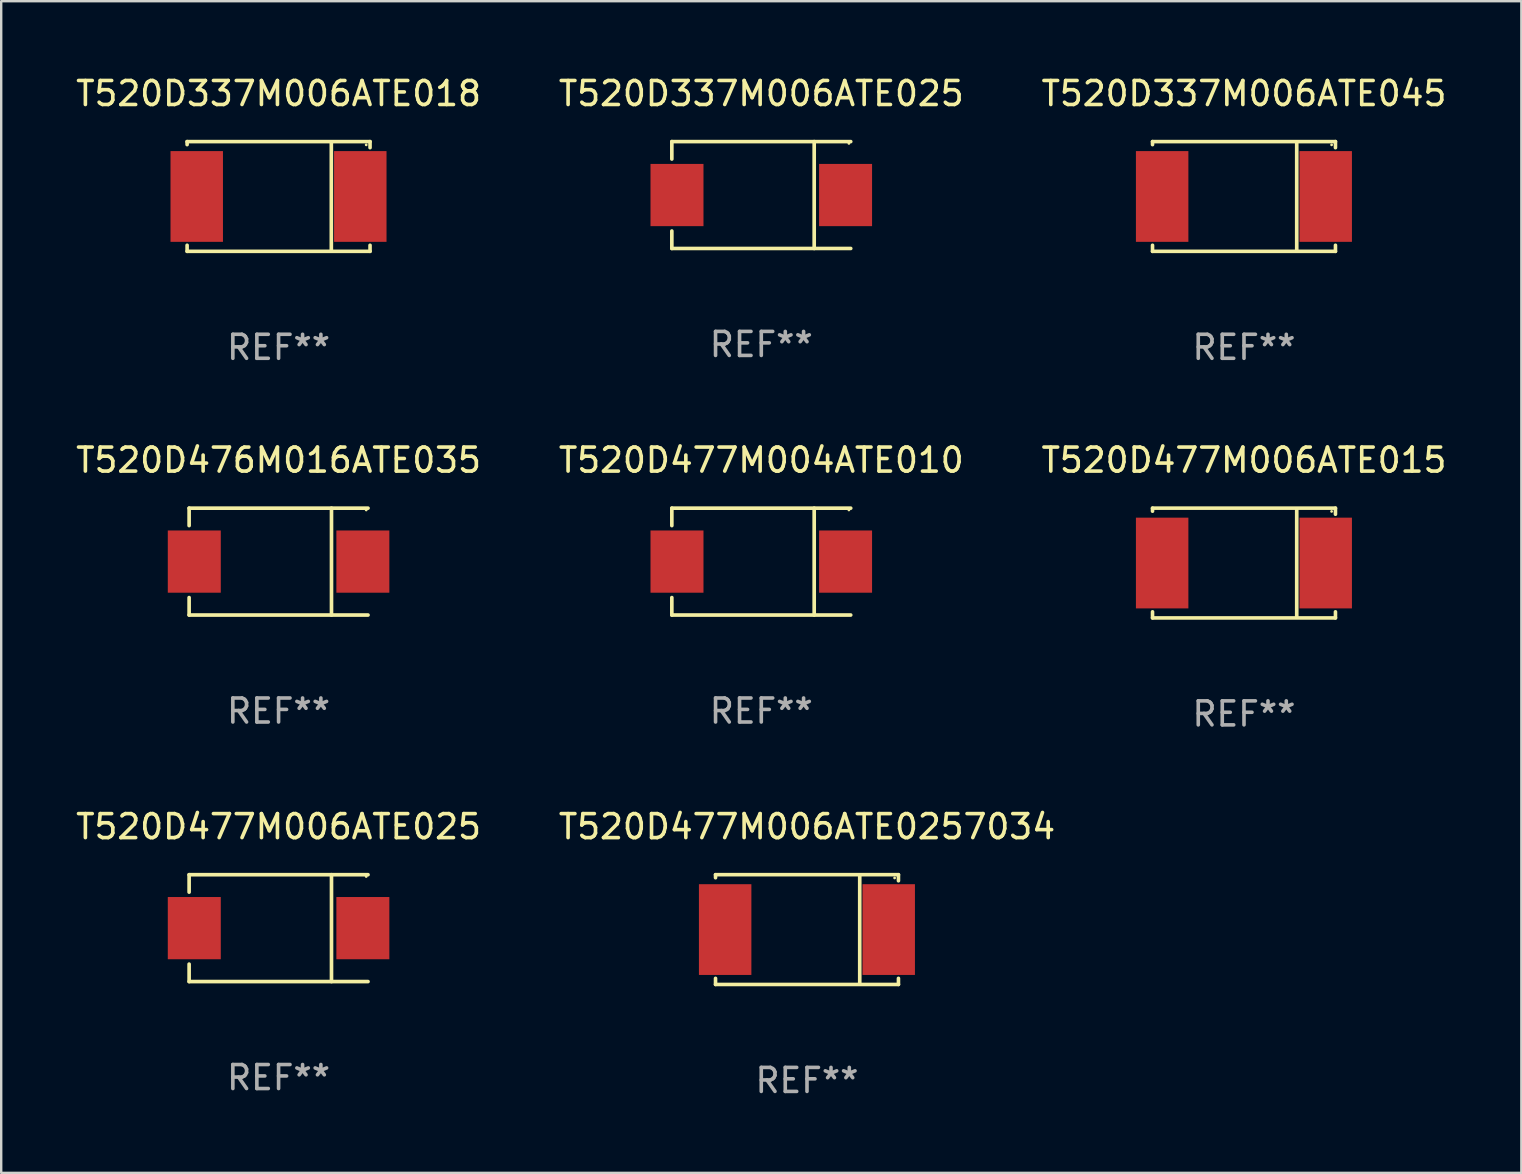
<source format=kicad_pcb>
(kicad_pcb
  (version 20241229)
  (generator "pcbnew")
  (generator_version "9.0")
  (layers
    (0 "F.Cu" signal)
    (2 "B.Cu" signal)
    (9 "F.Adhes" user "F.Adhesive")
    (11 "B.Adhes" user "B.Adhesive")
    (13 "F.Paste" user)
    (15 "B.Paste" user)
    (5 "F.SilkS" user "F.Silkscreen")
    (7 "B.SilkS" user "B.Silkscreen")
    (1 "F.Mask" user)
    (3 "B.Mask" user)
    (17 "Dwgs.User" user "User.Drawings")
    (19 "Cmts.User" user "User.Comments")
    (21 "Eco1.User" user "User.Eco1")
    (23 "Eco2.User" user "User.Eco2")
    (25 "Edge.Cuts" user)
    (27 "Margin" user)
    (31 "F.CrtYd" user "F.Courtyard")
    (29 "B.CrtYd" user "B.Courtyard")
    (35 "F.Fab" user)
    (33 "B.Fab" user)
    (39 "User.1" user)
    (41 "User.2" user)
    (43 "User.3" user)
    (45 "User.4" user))
  (footprint "T520D477M006ATE025"
    (layer "F.Cu")
    (at 8.554 35.611)
    (property "Reference" "T520D477M006ATE025" (at 0 -4.226 0) (layer "F.SilkS") (effects (font (size 1 1) (thickness 0.15))))
    (attr through_hole)
    (fp_line (start -3.726 -2.226) (end -3.726 -1.499) (stroke (width 0.152) (type solid)) (layer "F.SilkS"))
    (fp_line (start -3.726 -2.226) (end 3.726 -2.226) (stroke (width 0.152) (type solid)) (layer "F.SilkS"))
    (fp_line (start -3.726 2.226) (end -3.726 1.499) (stroke (width 0.152) (type solid)) (layer "F.SilkS"))
    (fp_line (start -3.726 2.226) (end 3.726 2.226) (stroke (width 0.152) (type solid)) (layer "F.SilkS"))
    (fp_line (start 2.204 -2.226) (end 2.204 2.226) (stroke (width 0.152) (type solid)) (layer "F.SilkS"))
    (fp_circle (center 3.65 -2.15) (end 3.68 -2.15) (stroke (width 0.06) (type solid)) (fill no) (layer "F.SilkS"))
    (fp_text user "REF**" (at 0 6.226 0) (layer "F.Fab") (effects (font (size 1 1) (thickness 0.15))))
    (pad "1" smd rect (at 3.511 0) (size 2.207 2.592) (layers "F.Cu" "F.Mask" "F.Paste"))
    (pad "2" smd rect (at -3.511 0) (size 2.207 2.592) (layers "F.Cu" "F.Mask" "F.Paste")))
  (footprint "T520D337M006ATE045"
    (layer "F.Cu")
    (at 48.768 5.134)
    (property "Reference" "T520D337M006ATE045" (at 0 -4.286 0) (layer "F.SilkS") (effects (font (size 1 1) (thickness 0.15))))
    (attr through_hole)
    (fp_line (start -3.81 -2.286) (end -3.81 -2.159) (stroke (width 0.15) (type solid)) (layer "F.SilkS"))
    (fp_line (start -3.81 2.032) (end -3.81 2.286) (stroke (width 0.15) (type solid)) (layer "F.SilkS"))
    (fp_line (start -3.81 2.286) (end 3.81 2.286) (stroke (width 0.15) (type solid)) (layer "F.SilkS"))
    (fp_line (start 2.197 -2.226) (end 2.197 2.226) (stroke (width 0.152) (type solid)) (layer "F.SilkS"))
    (fp_line (start 3.81 -2.286) (end -3.81 -2.286) (stroke (width 0.15) (type solid)) (layer "F.SilkS"))
    (fp_line (start 3.81 -2.032) (end 3.81 -2.286) (stroke (width 0.15) (type solid)) (layer "F.SilkS"))
    (fp_line (start 3.81 2.286) (end 3.81 2.032) (stroke (width 0.15) (type solid)) (layer "F.SilkS"))
    (fp_circle (center 3.65 -2.15) (end 3.68 -2.15) (stroke (width 0.06) (type solid)) (fill no) (layer "F.SilkS"))
    (fp_text user "REF**" (at 0 6.286 0) (layer "F.Fab") (effects (font (size 1 1) (thickness 0.15))))
    (pad "1" smd rect (at 3.404 0 180) (size 2.185 3.78) (layers "F.Cu" "F.Mask" "F.Paste"))
    (pad "2" smd rect (at -3.409 0 180) (size 2.185 3.78) (layers "F.Cu" "F.Mask" "F.Paste")))
  (footprint "T520D477M006ATE015"
    (layer "F.Cu")
    (at 48.768 20.403)
    (property "Reference" "T520D477M006ATE015" (at 0 -4.286 0) (layer "F.SilkS") (effects (font (size 1 1) (thickness 0.15))))
    (attr through_hole)
    (fp_line (start -3.81 -2.286) (end -3.81 -2.159) (stroke (width 0.15) (type solid)) (layer "F.SilkS"))
    (fp_line (start -3.81 2.032) (end -3.81 2.286) (stroke (width 0.15) (type solid)) (layer "F.SilkS"))
    (fp_line (start -3.81 2.286) (end 3.81 2.286) (stroke (width 0.15) (type solid)) (layer "F.SilkS"))
    (fp_line (start 2.197 -2.226) (end 2.197 2.226) (stroke (width 0.152) (type solid)) (layer "F.SilkS"))
    (fp_line (start 3.81 -2.286) (end -3.81 -2.286) (stroke (width 0.15) (type solid)) (layer "F.SilkS"))
    (fp_line (start 3.81 -2.032) (end 3.81 -2.286) (stroke (width 0.15) (type solid)) (layer "F.SilkS"))
    (fp_line (start 3.81 2.286) (end 3.81 2.032) (stroke (width 0.15) (type solid)) (layer "F.SilkS"))
    (fp_circle (center 3.65 -2.15) (end 3.68 -2.15) (stroke (width 0.06) (type solid)) (fill no) (layer "F.SilkS"))
    (fp_text user "REF**" (at 0 6.286 0) (layer "F.Fab") (effects (font (size 1 1) (thickness 0.15))))
    (pad "1" smd rect (at 3.404 0 180) (size 2.185 3.78) (layers "F.Cu" "F.Mask" "F.Paste"))
    (pad "2" smd rect (at -3.409 0 180) (size 2.185 3.78) (layers "F.Cu" "F.Mask" "F.Paste")))
  (footprint "T520D337M006ATE025"
    (layer "F.Cu")
    (at 28.661 5.074)
    (property "Reference" "T520D337M006ATE025" (at 0 -4.226 0) (layer "F.SilkS") (effects (font (size 1 1) (thickness 0.15))))
    (attr through_hole)
    (fp_line (start -3.726 -2.226) (end -3.726 -1.499) (stroke (width 0.152) (type solid)) (layer "F.SilkS"))
    (fp_line (start -3.726 -2.226) (end 3.726 -2.226) (stroke (width 0.152) (type solid)) (layer "F.SilkS"))
    (fp_line (start -3.726 2.226) (end -3.726 1.499) (stroke (width 0.152) (type solid)) (layer "F.SilkS"))
    (fp_line (start -3.726 2.226) (end 3.726 2.226) (stroke (width 0.152) (type solid)) (layer "F.SilkS"))
    (fp_line (start 2.204 -2.226) (end 2.204 2.226) (stroke (width 0.152) (type solid)) (layer "F.SilkS"))
    (fp_circle (center 3.65 -2.15) (end 3.68 -2.15) (stroke (width 0.06) (type solid)) (fill no) (layer "F.SilkS"))
    (fp_text user "REF**" (at 0 6.226 0) (layer "F.Fab") (effects (font (size 1 1) (thickness 0.15))))
    (pad "1" smd rect (at 3.511 0) (size 2.207 2.592) (layers "F.Cu" "F.Mask" "F.Paste"))
    (pad "2" smd rect (at -3.511 0) (size 2.207 2.592) (layers "F.Cu" "F.Mask" "F.Paste")))
  (footprint "T520D476M016ATE035"
    (layer "F.Cu")
    (at 8.554 20.343)
    (property "Reference" "T520D476M016ATE035" (at 0 -4.226 0) (layer "F.SilkS") (effects (font (size 1 1) (thickness 0.15))))
    (attr through_hole)
    (fp_line (start -3.726 -2.226) (end -3.726 -1.499) (stroke (width 0.152) (type solid)) (layer "F.SilkS"))
    (fp_line (start -3.726 -2.226) (end 3.726 -2.226) (stroke (width 0.152) (type solid)) (layer "F.SilkS"))
    (fp_line (start -3.726 2.226) (end -3.726 1.499) (stroke (width 0.152) (type solid)) (layer "F.SilkS"))
    (fp_line (start -3.726 2.226) (end 3.726 2.226) (stroke (width 0.152) (type solid)) (layer "F.SilkS"))
    (fp_line (start 2.204 -2.226) (end 2.204 2.226) (stroke (width 0.152) (type solid)) (layer "F.SilkS"))
    (fp_circle (center 3.65 -2.15) (end 3.68 -2.15) (stroke (width 0.06) (type solid)) (fill no) (layer "F.SilkS"))
    (fp_text user "REF**" (at 0 6.226 0) (layer "F.Fab") (effects (font (size 1 1) (thickness 0.15))))
    (pad "1" smd rect (at 3.511 0) (size 2.207 2.592) (layers "F.Cu" "F.Mask" "F.Paste"))
    (pad "2" smd rect (at -3.511 0) (size 2.207 2.592) (layers "F.Cu" "F.Mask" "F.Paste")))
  (footprint "T520D477M004ATE010"
    (layer "F.Cu")
    (at 28.661 20.343)
    (property "Reference" "T520D477M004ATE010" (at 0 -4.226 0) (layer "F.SilkS") (effects (font (size 1 1) (thickness 0.15))))
    (attr through_hole)
    (fp_line (start -3.726 -2.226) (end -3.726 -1.499) (stroke (width 0.152) (type solid)) (layer "F.SilkS"))
    (fp_line (start -3.726 -2.226) (end 3.726 -2.226) (stroke (width 0.152) (type solid)) (layer "F.SilkS"))
    (fp_line (start -3.726 2.226) (end -3.726 1.499) (stroke (width 0.152) (type solid)) (layer "F.SilkS"))
    (fp_line (start -3.726 2.226) (end 3.726 2.226) (stroke (width 0.152) (type solid)) (layer "F.SilkS"))
    (fp_line (start 2.204 -2.226) (end 2.204 2.226) (stroke (width 0.152) (type solid)) (layer "F.SilkS"))
    (fp_circle (center 3.65 -2.15) (end 3.68 -2.15) (stroke (width 0.06) (type solid)) (fill no) (layer "F.SilkS"))
    (fp_text user "REF**" (at 0 6.226 0) (layer "F.Fab") (effects (font (size 1 1) (thickness 0.15))))
    (pad "1" smd rect (at 3.511 0) (size 2.207 2.592) (layers "F.Cu" "F.Mask" "F.Paste"))
    (pad "2" smd rect (at -3.511 0) (size 2.207 2.592) (layers "F.Cu" "F.Mask" "F.Paste")))
  (footprint "T520D477M006ATE0257034"
    (layer "F.Cu")
    (at 30.565 35.671)
    (property "Reference" "T520D477M006ATE0257034" (at 0 -4.286 0) (layer "F.SilkS") (effects (font (size 1 1) (thickness 0.15))))
    (attr through_hole)
    (fp_line (start -3.81 -2.286) (end -3.81 -2.159) (stroke (width 0.15) (type solid)) (layer "F.SilkS"))
    (fp_line (start -3.81 2.032) (end -3.81 2.286) (stroke (width 0.15) (type solid)) (layer "F.SilkS"))
    (fp_line (start -3.81 2.286) (end 3.81 2.286) (stroke (width 0.15) (type solid)) (layer "F.SilkS"))
    (fp_line (start 2.197 -2.226) (end 2.197 2.226) (stroke (width 0.152) (type solid)) (layer "F.SilkS"))
    (fp_line (start 3.81 -2.286) (end -3.81 -2.286) (stroke (width 0.15) (type solid)) (layer "F.SilkS"))
    (fp_line (start 3.81 -2.032) (end 3.81 -2.286) (stroke (width 0.15) (type solid)) (layer "F.SilkS"))
    (fp_line (start 3.81 2.286) (end 3.81 2.032) (stroke (width 0.15) (type solid)) (layer "F.SilkS"))
    (fp_circle (center 3.65 -2.15) (end 3.68 -2.15) (stroke (width 0.06) (type solid)) (fill no) (layer "F.SilkS"))
    (fp_text user "REF**" (at 0 6.286 0) (layer "F.Fab") (effects (font (size 1 1) (thickness 0.15))))
    (pad "1" smd rect (at 3.404 0 180) (size 2.185 3.78) (layers "F.Cu" "F.Mask" "F.Paste"))
    (pad "2" smd rect (at -3.409 0 180) (size 2.185 3.78) (layers "F.Cu" "F.Mask" "F.Paste")))
  (footprint "T520D337M006ATE018"
    (layer "F.Cu")
    (at 8.554 5.134)
    (property "Reference" "T520D337M006ATE018" (at 0 -4.286 0) (layer "F.SilkS") (effects (font (size 1 1) (thickness 0.15))))
    (attr through_hole)
    (fp_line (start -3.81 -2.286) (end -3.81 -2.159) (stroke (width 0.15) (type solid)) (layer "F.SilkS"))
    (fp_line (start -3.81 2.032) (end -3.81 2.286) (stroke (width 0.15) (type solid)) (layer "F.SilkS"))
    (fp_line (start -3.81 2.286) (end 3.81 2.286) (stroke (width 0.15) (type solid)) (layer "F.SilkS"))
    (fp_line (start 2.197 -2.226) (end 2.197 2.226) (stroke (width 0.152) (type solid)) (layer "F.SilkS"))
    (fp_line (start 3.81 -2.286) (end -3.81 -2.286) (stroke (width 0.15) (type solid)) (layer "F.SilkS"))
    (fp_line (start 3.81 -2.032) (end 3.81 -2.286) (stroke (width 0.15) (type solid)) (layer "F.SilkS"))
    (fp_line (start 3.81 2.286) (end 3.81 2.032) (stroke (width 0.15) (type solid)) (layer "F.SilkS"))
    (fp_circle (center 3.65 -2.15) (end 3.68 -2.15) (stroke (width 0.06) (type solid)) (fill no) (layer "F.SilkS"))
    (fp_text user "REF**" (at 0 6.286 0) (layer "F.Fab") (effects (font (size 1 1) (thickness 0.15))))
    (pad "1" smd rect (at 3.404 0 180) (size 2.185 3.78) (layers "F.Cu" "F.Mask" "F.Paste"))
    (pad "2" smd rect (at -3.409 0 180) (size 2.185 3.78) (layers "F.Cu" "F.Mask" "F.Paste")))
  (gr_rect
    (start -3 -3)
    (end 60.321 45.806)
    (stroke (width 0.1) (type default))
    (fill no)
    (layer "Edge.Cuts")))
</source>
